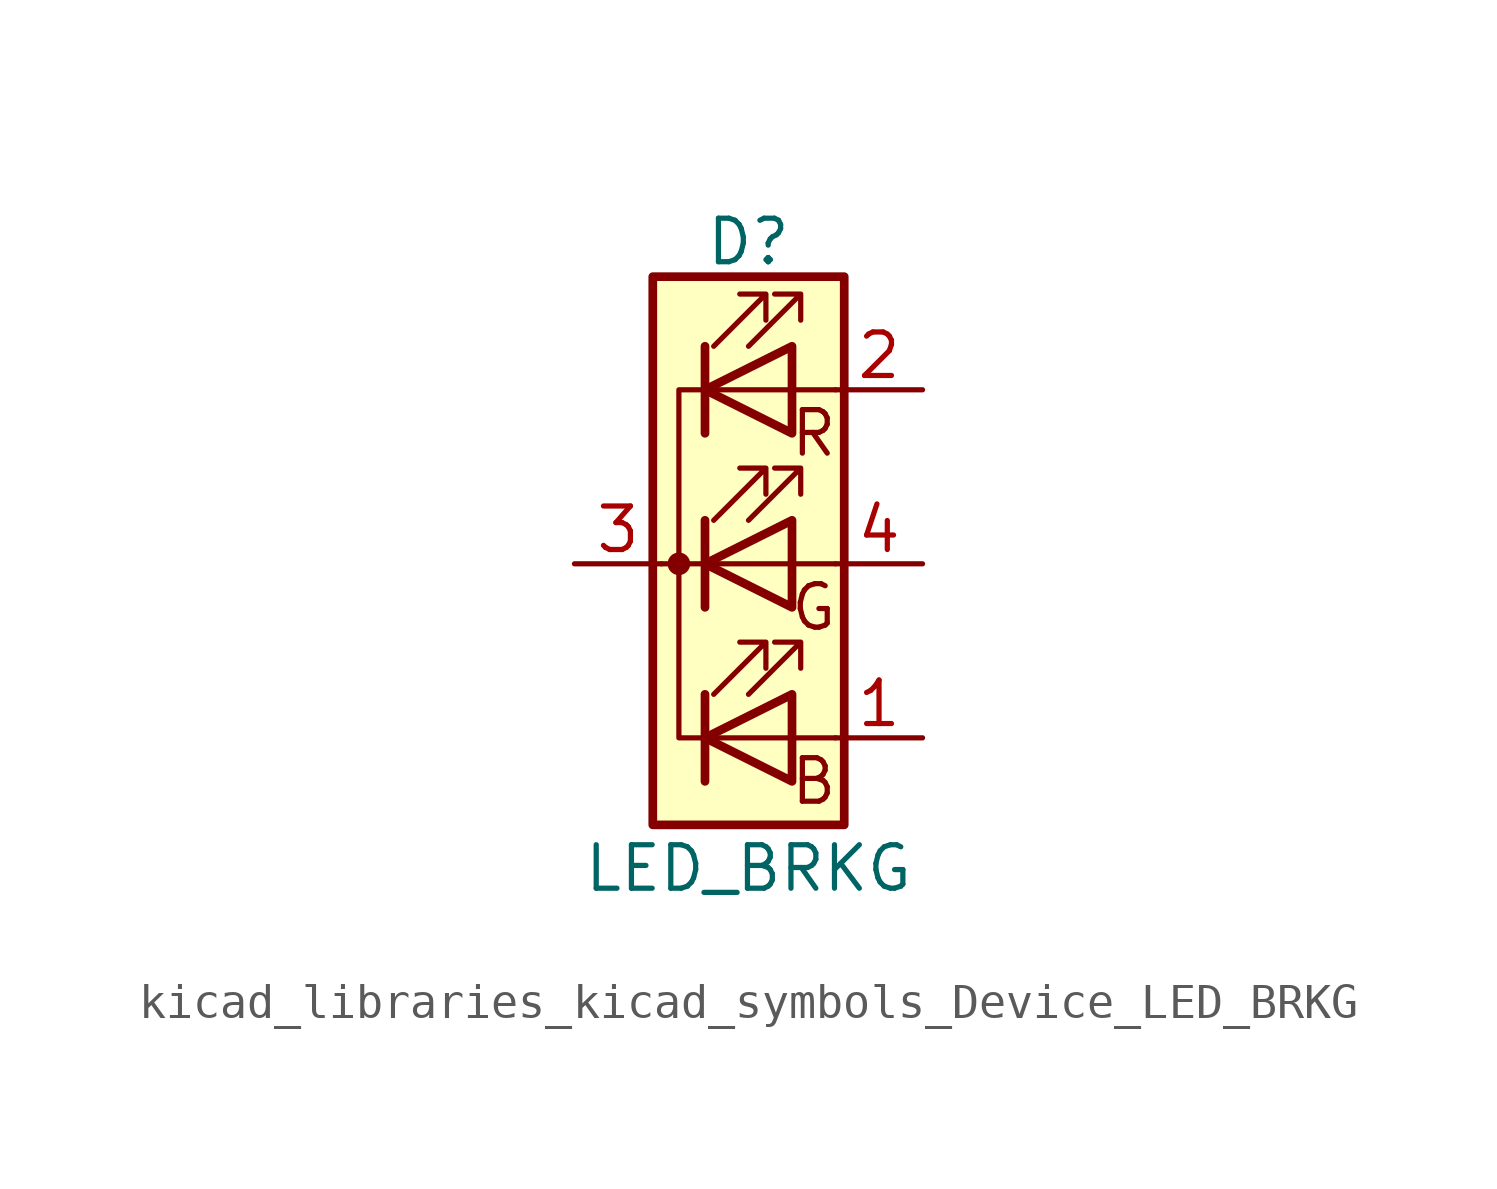
<source format=kicad_sym>
(kicad_symbol_lib
  (version 20220914)
  (generator kicad_symbol_editor)
  (symbol "kicad_libraries_kicad_symbols_Device_LED_BRKG"
    (pin_names
      (offset 0) hide)
    (property "Reference" "D"
      (at 0 9.398 0)
      (effects (font (size 1.27 1.27))))
    (property "Value" "LED_BRKG"
      (at 0 -8.89 0)
      (effects (font (size 1.27 1.27))))
    (symbol "kicad_libraries_kicad_symbols_Device_LED_BRKG_0_0"
      (text "B" (at 1.905 -6.35 0) (effects (font (size 1.27 1.27))))
      (text "G" (at 1.905 -1.27 0) (effects (font (size 1.27 1.27))))
      (text "R" (at 1.905 3.81 0) (effects (font (size 1.27 1.27)))))
    (symbol "kicad_libraries_kicad_symbols_Device_LED_BRKG_0_1"
      (circle (center -2.032 0) (radius 0.254) (stroke (width 0) (type default)) (fill (type outline)))
      (polyline (pts (xy -1.27 -5.08) (xy 1.27 -5.08)) (stroke (width 0) (type default)) (fill (type none)))
      (polyline (pts (xy -1.27 -3.81) (xy -1.27 -6.35)) (stroke (width 0.254) (type default)) (fill (type none)))
      (polyline (pts (xy -1.27 0) (xy -2.54 0)) (stroke (width 0) (type default)) (fill (type none)))
      (polyline (pts (xy -1.27 1.27) (xy -1.27 -1.27)) (stroke (width 0.254) (type default)) (fill (type none)))
      (polyline (pts (xy -1.27 5.08) (xy 1.27 5.08)) (stroke (width 0) (type default)) (fill (type none)))
      (polyline (pts (xy -1.27 6.35) (xy -1.27 3.81)) (stroke (width 0.254) (type default)) (fill (type none)))
      (polyline (pts (xy 1.27 -5.08) (xy 2.54 -5.08)) (stroke (width 0) (type default)) (fill (type none)))
      (polyline (pts (xy 1.27 0) (xy -1.27 0)) (stroke (width 0) (type default)) (fill (type none)))
      (polyline (pts (xy 1.27 0) (xy 2.54 0)) (stroke (width 0) (type default)) (fill (type none)))
      (polyline (pts (xy 1.27 5.08) (xy 2.54 5.08)) (stroke (width 0) (type default)) (fill (type none)))
      (polyline (pts (xy -1.27 1.27) (xy -1.27 -1.27) (xy -1.27 -1.27)) (stroke (width 0) (type default)) (fill (type none)))
      (polyline (pts (xy -1.27 6.35) (xy -1.27 3.81) (xy -1.27 3.81)) (stroke (width 0) (type default)) (fill (type none)))
      (polyline (pts (xy -1.27 5.08) (xy -2.032 5.08) (xy -2.032 -5.08) (xy -1.016 -5.08)) (stroke (width 0) (type default)) (fill (type none)))
      (polyline (pts (xy 1.27 -3.81) (xy 1.27 -6.35) (xy -1.27 -5.08) (xy 1.27 -3.81)) (stroke (width 0.254) (type default)) (fill (type none)))
      (polyline (pts (xy 1.27 1.27) (xy 1.27 -1.27) (xy -1.27 0) (xy 1.27 1.27)) (stroke (width 0.254) (type default)) (fill (type none)))
      (polyline (pts (xy 1.27 6.35) (xy 1.27 3.81) (xy -1.27 5.08) (xy 1.27 6.35)) (stroke (width 0.254) (type default)) (fill (type none)))
      (polyline (pts (xy -1.016 -3.81) (xy 0.508 -2.286) (xy -0.254 -2.286) (xy 0.508 -2.286) (xy 0.508 -3.048)) (stroke (width 0) (type default)) (fill (type none)))
      (polyline (pts (xy -1.016 1.27) (xy 0.508 2.794) (xy -0.254 2.794) (xy 0.508 2.794) (xy 0.508 2.032)) (stroke (width 0) (type default)) (fill (type none)))
      (polyline (pts (xy -1.016 6.35) (xy 0.508 7.874) (xy -0.254 7.874) (xy 0.508 7.874) (xy 0.508 7.112)) (stroke (width 0) (type default)) (fill (type none)))
      (polyline (pts (xy 0 -3.81) (xy 1.524 -2.286) (xy 0.762 -2.286) (xy 1.524 -2.286) (xy 1.524 -3.048)) (stroke (width 0) (type default)) (fill (type none)))
      (polyline (pts (xy 0 1.27) (xy 1.524 2.794) (xy 0.762 2.794) (xy 1.524 2.794) (xy 1.524 2.032)) (stroke (width 0) (type default)) (fill (type none)))
      (polyline (pts (xy 0 6.35) (xy 1.524 7.874) (xy 0.762 7.874) (xy 1.524 7.874) (xy 1.524 7.112)) (stroke (width 0) (type default)) (fill (type none)))
      (rectangle (start 1.27 -1.27) (end 1.27 1.27) (stroke (width 0) (type default)) (fill (type none)))
      (rectangle (start 1.27 1.27) (end 1.27 1.27) (stroke (width 0) (type default)) (fill (type none)))
      (rectangle (start 1.27 3.81) (end 1.27 6.35) (stroke (width 0) (type default)) (fill (type none)))
      (rectangle (start 1.27 6.35) (end 1.27 6.35) (stroke (width 0) (type default)) (fill (type none)))
      (rectangle (start 2.794 8.382) (end -2.794 -7.62) (stroke (width 0.254) (type default)) (fill (type background))))
    (symbol "kicad_libraries_kicad_symbols_Device_LED_BRKG_1_1"
      (pin passive line (at 5.08 -5.08 180) (length 2.54) (name "BA" (effects (font (size 1.27 1.27)))) (number "1" (effects (font (size 1.27 1.27)))))
      (pin passive line (at 5.08 5.08 180) (length 2.54) (name "RA" (effects (font (size 1.27 1.27)))) (number "2" (effects (font (size 1.27 1.27)))))
      (pin passive line (at -5.08 0 0) (length 2.54) (name "K" (effects (font (size 1.27 1.27)))) (number "3" (effects (font (size 1.27 1.27)))))
      (pin passive line (at 5.08 0 180) (length 2.54) (name "GA" (effects (font (size 1.27 1.27)))) (number "4" (effects (font (size 1.27 1.27))))))))
</source>
